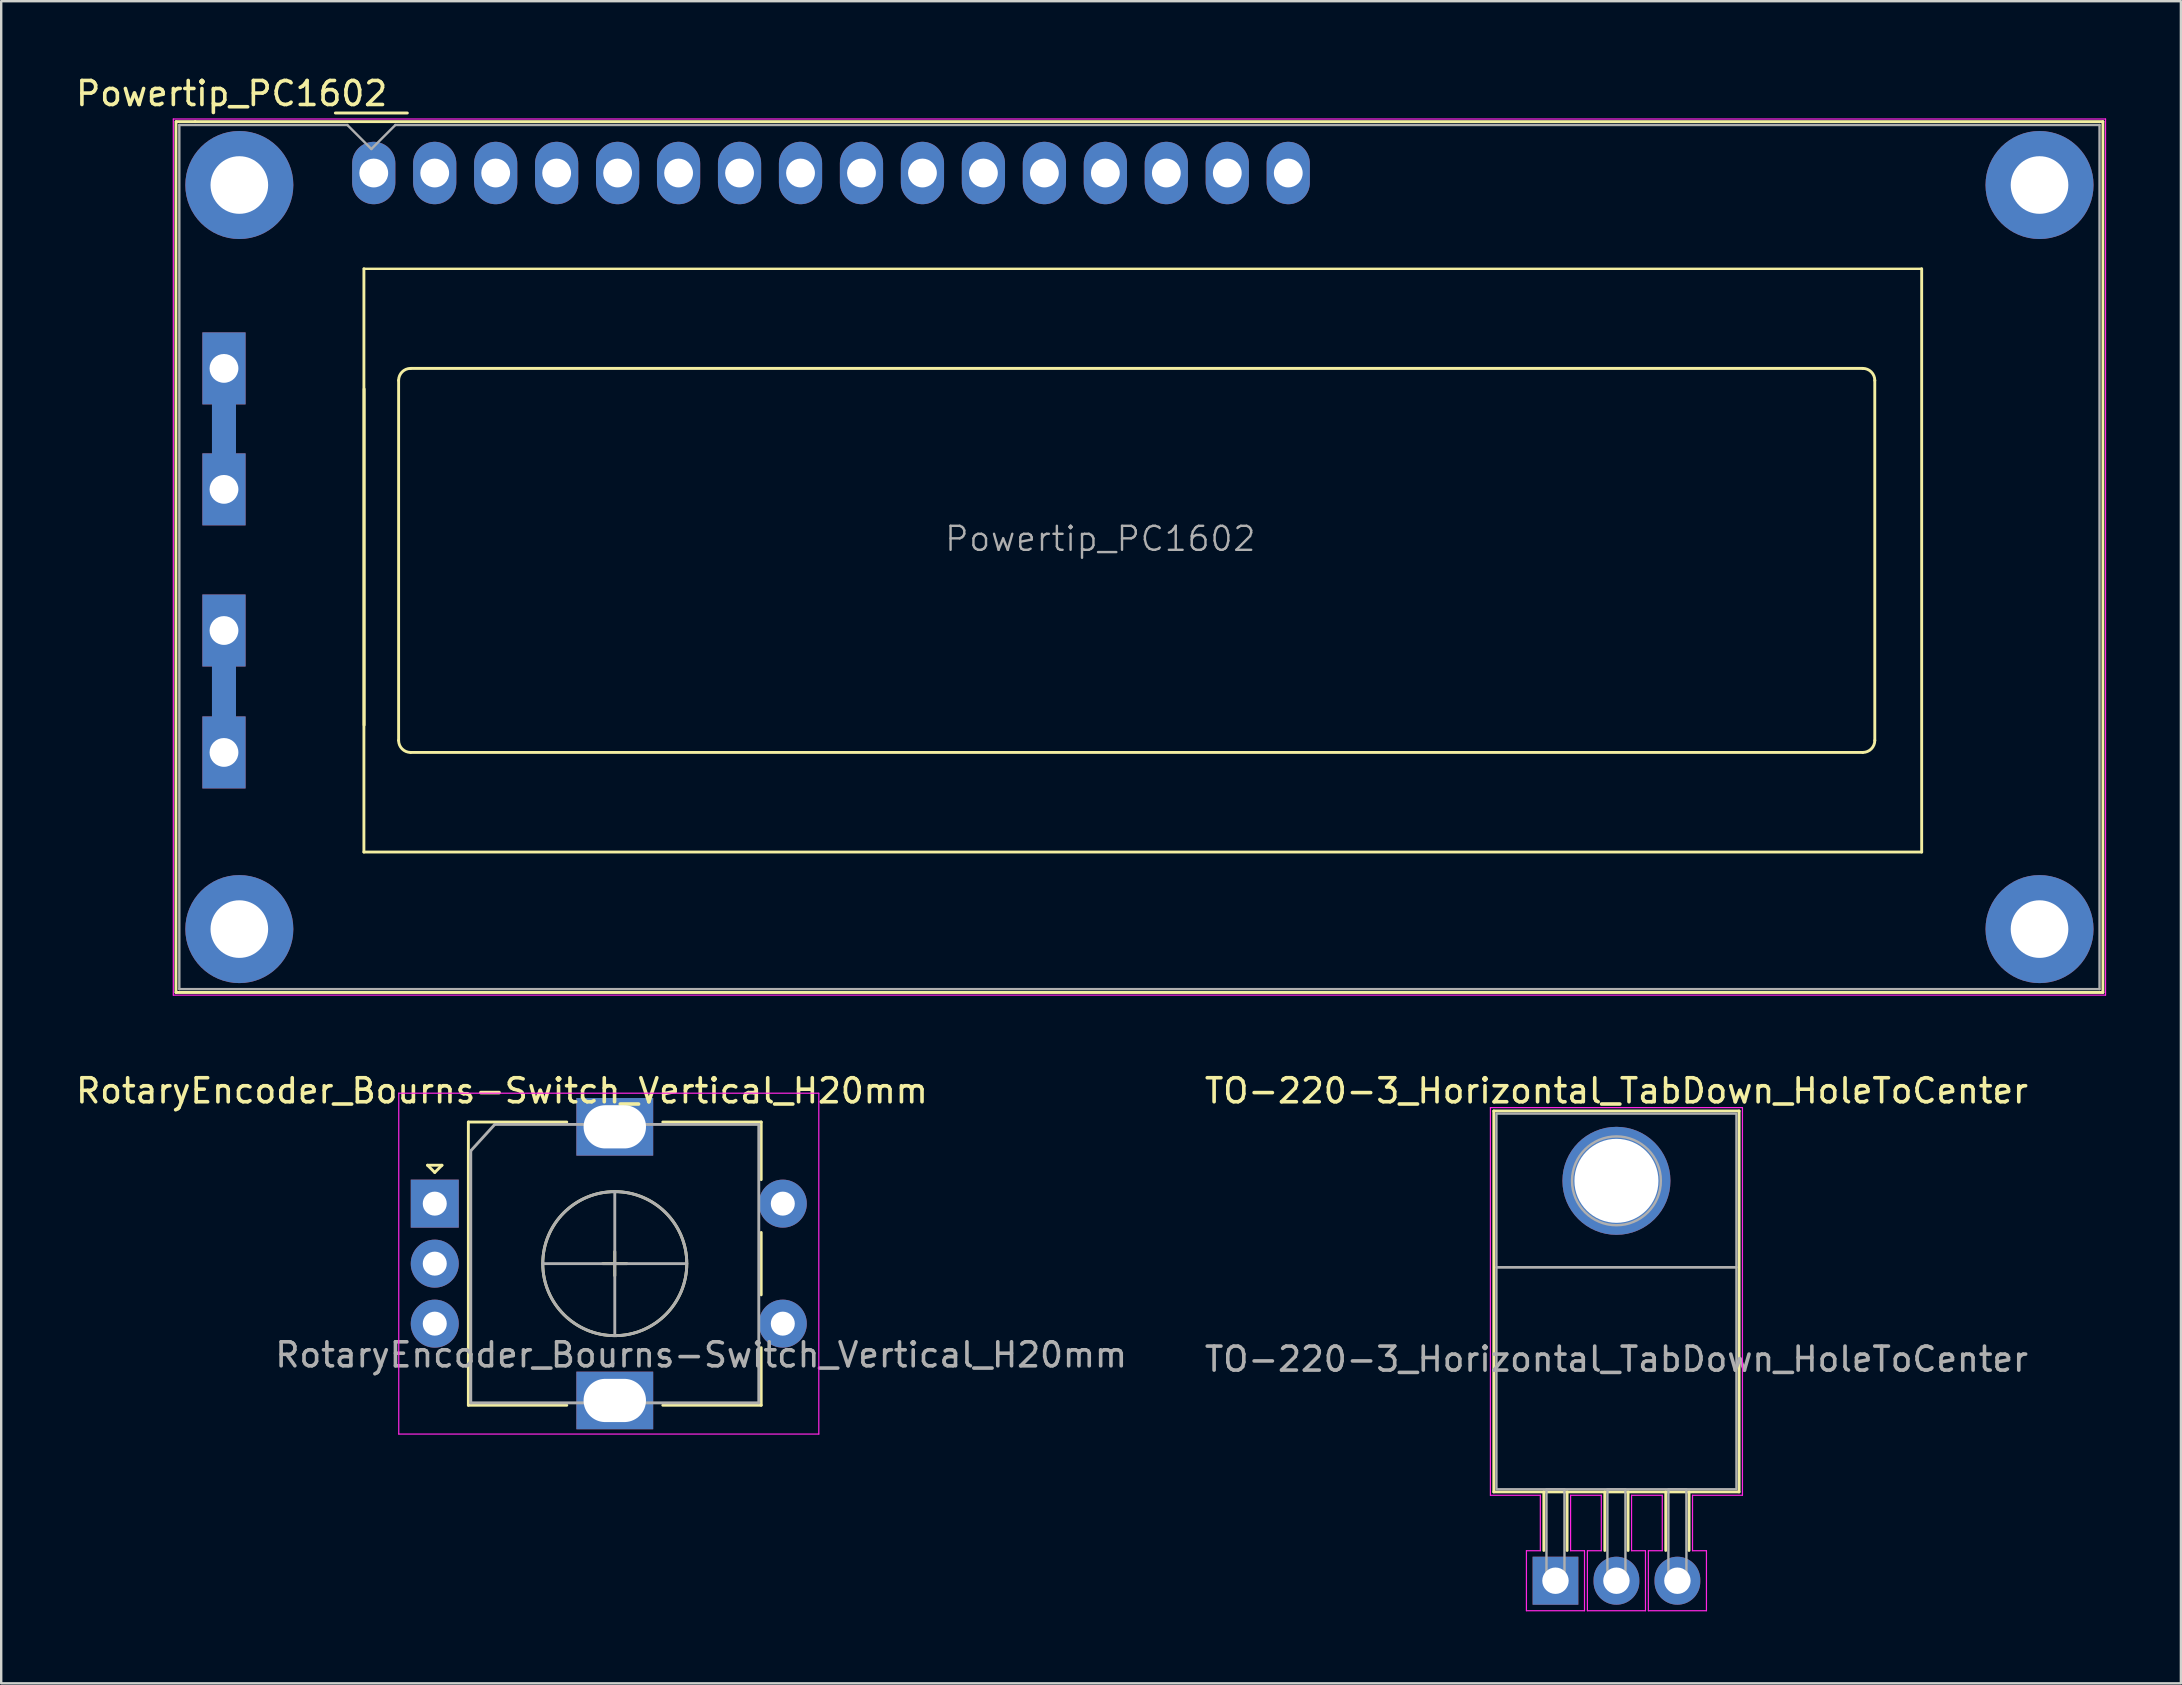
<source format=kicad_pcb>
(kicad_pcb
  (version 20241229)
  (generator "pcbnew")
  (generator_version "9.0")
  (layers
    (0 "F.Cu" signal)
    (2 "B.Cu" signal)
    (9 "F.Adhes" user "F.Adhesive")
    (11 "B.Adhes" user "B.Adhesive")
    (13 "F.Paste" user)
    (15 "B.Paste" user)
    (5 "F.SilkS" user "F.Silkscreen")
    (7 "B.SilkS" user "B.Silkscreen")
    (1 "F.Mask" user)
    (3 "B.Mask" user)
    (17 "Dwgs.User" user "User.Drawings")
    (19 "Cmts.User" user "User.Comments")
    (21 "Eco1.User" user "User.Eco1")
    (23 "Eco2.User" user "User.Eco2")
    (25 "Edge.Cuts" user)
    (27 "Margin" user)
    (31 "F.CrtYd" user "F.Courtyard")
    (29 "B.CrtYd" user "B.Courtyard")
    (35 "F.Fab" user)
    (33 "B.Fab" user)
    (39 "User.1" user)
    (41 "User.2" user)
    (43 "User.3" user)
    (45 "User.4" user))
  (footprint "RotaryEncoder_Bourns-Switch_Vertical_H20mm"
    (layer "F.Cu")
    (at 15.063 47.096)
    (property "Reference" "RotaryEncoder_Bourns-Switch_Vertical_H20mm" (at 2.8 -4.7 0) (layer "F.SilkS") (effects (font (size 1 1) (thickness 0.15))))
    (attr through_hole)
    (fp_line (start -0.3 -1.6) (end 0.3 -1.6) (stroke (width 0.12) (type solid)) (layer "F.SilkS"))
    (fp_line (start 0 -1.3) (end -0.3 -1.6) (stroke (width 0.12) (type solid)) (layer "F.SilkS"))
    (fp_line (start 0.3 -1.6) (end 0 -1.3) (stroke (width 0.12) (type solid)) (layer "F.SilkS"))
    (fp_line (start 1.4 -3.4) (end 1.4 8.4) (stroke (width 0.12) (type solid)) (layer "F.SilkS"))
    (fp_line (start 5.5 -3.4) (end 1.4 -3.4) (stroke (width 0.12) (type solid)) (layer "F.SilkS"))
    (fp_line (start 5.5 8.4) (end 1.4 8.4) (stroke (width 0.12) (type solid)) (layer "F.SilkS"))
    (fp_line (start 7 2.5) (end 8 2.5) (stroke (width 0.12) (type solid)) (layer "F.SilkS"))
    (fp_line (start 7.5 2) (end 7.5 3) (stroke (width 0.12) (type solid)) (layer "F.SilkS"))
    (fp_line (start 9.5 -3.4) (end 13.6 -3.4) (stroke (width 0.12) (type solid)) (layer "F.SilkS"))
    (fp_line (start 13.6 -3.4) (end 13.6 -1) (stroke (width 0.12) (type solid)) (layer "F.SilkS"))
    (fp_line (start 13.6 1.2) (end 13.6 3.8) (stroke (width 0.12) (type solid)) (layer "F.SilkS"))
    (fp_line (start 13.6 6) (end 13.6 8.4) (stroke (width 0.12) (type solid)) (layer "F.SilkS"))
    (fp_line (start 13.6 8.4) (end 9.5 8.4) (stroke (width 0.12) (type solid)) (layer "F.SilkS"))
    (fp_circle (center 7.5 2.5) (end 10.5 2.5) (stroke (width 0.12) (type solid)) (fill no) (layer "F.SilkS"))
    (fp_line (start -1.5 -4.6) (end -1.5 9.6) (stroke (width 0.05) (type solid)) (layer "F.CrtYd"))
    (fp_line (start -1.5 -4.6) (end 16 -4.6) (stroke (width 0.05) (type solid)) (layer "F.CrtYd"))
    (fp_line (start 16 9.6) (end -1.5 9.6) (stroke (width 0.05) (type solid)) (layer "F.CrtYd"))
    (fp_line (start 16 9.6) (end 16 -4.6) (stroke (width 0.05) (type solid)) (layer "F.CrtYd"))
    (fp_line (start 1.5 -2.2) (end 2.5 -3.3) (stroke (width 0.12) (type solid)) (layer "F.Fab"))
    (fp_line (start 1.5 8.3) (end 1.5 -2.2) (stroke (width 0.12) (type solid)) (layer "F.Fab"))
    (fp_line (start 2.5 -3.3) (end 13.5 -3.3) (stroke (width 0.12) (type solid)) (layer "F.Fab"))
    (fp_line (start 4.5 2.5) (end 10.5 2.5) (stroke (width 0.12) (type solid)) (layer "F.Fab"))
    (fp_line (start 7.5 -0.5) (end 7.5 5.5) (stroke (width 0.12) (type solid)) (layer "F.Fab"))
    (fp_line (start 13.5 -3.3) (end 13.5 8.3) (stroke (width 0.12) (type solid)) (layer "F.Fab"))
    (fp_line (start 13.5 8.3) (end 1.5 8.3) (stroke (width 0.12) (type solid)) (layer "F.Fab"))
    (fp_circle (center 7.5 2.5) (end 10.5 2.5) (stroke (width 0.12) (type solid)) (fill no) (layer "F.Fab"))
    (fp_text user "${REFERENCE}" (at 11.1 6.3 0) (layer "F.Fab") (effects (font (size 1 1) (thickness 0.15))))
    (pad "A" thru_hole rect (at 0 0) (size 2 2) (drill 1) (layers "*.Cu" "*.Mask"))
    (pad "B" thru_hole circle (at 0 5) (size 2 2) (drill 1) (layers "*.Cu" "*.Mask"))
    (pad "C" thru_hole circle (at 0 2.5) (size 2 2) (drill 1) (layers "*.Cu" "*.Mask"))
    (pad "MP" thru_hole rect (at 7.5 -3.2) (size 3.2 2.4) (drill oval 2.6 1.8) (layers "*.Cu" "*.Mask"))
    (pad "MP" thru_hole rect (at 7.5 8.2) (size 3.2 2.4) (drill oval 2.6 1.8) (layers "*.Cu" "*.Mask"))
    (pad "S1" thru_hole circle (at 14.5 5) (size 2 2) (drill 1) (layers "*.Cu" "*.Mask"))
    (pad "S2" thru_hole circle (at 14.5 0) (size 2 2) (drill 1) (layers "*.Cu" "*.Mask")))
  (footprint "Powertip_PC1602"
    (layer "F.Cu")
    (at 84.561 38.298)
    (property "Reference" "Powertip_PC1602" (at -77.96 -37.45 0) (layer "F.SilkS") (effects (font (size 1 1) (thickness 0.15))))
    (attr through_hole)
    (fp_line (start -80.28 -36.28) (end -80.28 0) (stroke (width 0.12) (type solid)) (layer "F.SilkS"))
    (fp_line (start -80.28 0) (end 0 0) (stroke (width 0.12) (type solid)) (layer "F.SilkS"))
    (fp_line (start -80.27 -36.28) (end -79.48 -36.28) (stroke (width 0.12) (type solid)) (layer "F.SilkS"))
    (fp_line (start -73.64 -36.64) (end -70.64 -36.64) (stroke (width 0.12) (type solid)) (layer "F.SilkS"))
    (fp_line (start -72.45 -5.85) (end -72.45 -30.15) (stroke (width 0.12) (type solid)) (layer "F.SilkS"))
    (fp_line (start -72.44 -11.141) (end -72.44 -25.14) (stroke (width 0.12) (type solid)) (layer "F.SilkS"))
    (fp_line (start -71.004 -25.5) (end -71.004 -10.5) (stroke (width 0.12) (type solid)) (layer "F.SilkS"))
    (fp_line (start -10.004 -26) (end -70.5 -26) (stroke (width 0.12) (type solid)) (layer "F.SilkS"))
    (fp_line (start -10.004 -10) (end -70.503 -10) (stroke (width 0.12) (type solid)) (layer "F.SilkS"))
    (fp_line (start -9.504 -25.5) (end -9.503 -10.5) (stroke (width 0.12) (type solid)) (layer "F.SilkS"))
    (fp_line (start -7.55 -30.15) (end -72.45 -30.15) (stroke (width 0.1) (type default)) (layer "F.SilkS"))
    (fp_line (start -7.55 -30.15) (end -7.55 -5.85) (stroke (width 0.12) (type solid)) (layer "F.SilkS"))
    (fp_line (start -7.55 -5.85) (end -72.45 -5.85) (stroke (width 0.12) (type solid)) (layer "F.SilkS"))
    (fp_line (start 0 -36.28) (end -79.48 -36.28) (stroke (width 0.12) (type solid)) (layer "F.SilkS"))
    (fp_line (start 0 0) (end 0 -36.28) (stroke (width 0.12) (type solid)) (layer "F.SilkS"))
    (fp_arc (start -71.003822 -25.49962) (mid -70.857264 -25.853442) (end -70.503442 -26) (stroke (width 0.12) (type solid)) (layer "F.SilkS"))
    (fp_arc (start -70.503442 -10) (mid -70.857264 -10.146558) (end -71.003822 -10.50038) (stroke (width 0.12) (type solid)) (layer "F.SilkS"))
    (fp_arc (start -10.003822 -26) (mid -9.650269 -25.853553) (end -9.503822 -25.5) (stroke (width 0.12) (type solid)) (layer "F.SilkS"))
    (fp_arc (start -9.503442 -10.50038) (mid -9.65 -10.146558) (end -10.003822 -10) (stroke (width 0.12) (type solid)) (layer "F.SilkS"))
    (fp_line (start -80.39 -36.39) (end -80.39 0.11) (stroke (width 0.05) (type solid)) (layer "F.CrtYd"))
    (fp_line (start -80.39 -36.39) (end 0.11 -36.39) (stroke (width 0.05) (type solid)) (layer "F.CrtYd"))
    (fp_line (start -80.39 0.11) (end 0.11 0.11) (stroke (width 0.05) (type solid)) (layer "F.CrtYd"))
    (fp_line (start 0.11 -36.39) (end 0.11 0.11) (stroke (width 0.05) (type solid)) (layer "F.CrtYd"))
    (fp_line (start -80.14 -0.14) (end -80.14 -36.14) (stroke (width 0.1) (type solid)) (layer "F.Fab"))
    (fp_line (start -73.14 -36.14) (end -80.14 -36.14) (stroke (width 0.1) (type solid)) (layer "F.Fab"))
    (fp_line (start -72.14 -35.14) (end -73.14 -36.14) (stroke (width 0.1) (type solid)) (layer "F.Fab"))
    (fp_line (start -71.14 -36.14) (end -72.14 -35.14) (stroke (width 0.1) (type solid)) (layer "F.Fab"))
    (fp_line (start -71.14 -36.14) (end -0.14 -36.14) (stroke (width 0.1) (type solid)) (layer "F.Fab"))
    (fp_line (start -0.14 -36.14) (end -0.14 -0.14) (stroke (width 0.1) (type solid)) (layer "F.Fab"))
    (fp_line (start -0.14 -0.14) (end -80.14 -0.14) (stroke (width 0.1) (type solid)) (layer "F.Fab"))
    (fp_text user "${REFERENCE}" (at -41.77 -18.9 0) (layer "F.Fab") (effects (font (size 1 1) (thickness 0.1))))
    (pad "" thru_hole circle (at -77.64 -33.64) (size 4.5 4.5) (drill 2.4) (layers "*.Cu" "*.Mask"))
    (pad "" thru_hole circle (at -77.64 -2.64) (size 4.5 4.5) (drill 2.4) (layers "*.Cu" "*.Mask"))
    (pad "" thru_hole circle (at -2.64 -33.64) (size 4.5 4.5) (drill 2.4) (layers "*.Cu" "*.Mask"))
    (pad "" thru_hole circle (at -2.64 -2.64) (size 4.5 4.5) (drill 2.4) (layers "*.Cu" "*.Mask"))
    (pad "1" thru_hole oval (at -72.04 -34.14) (size 1.8 2.6) (drill 1.2) (layers "*.Cu" "*.Mask"))
    (pad "2" thru_hole oval (at -69.5 -34.14) (size 1.8 2.6) (drill 1.2) (layers "*.Cu" "*.Mask"))
    (pad "3" thru_hole oval (at -66.96 -34.14) (size 1.8 2.6) (drill 1.2) (layers "*.Cu" "*.Mask"))
    (pad "4" thru_hole oval (at -64.42 -34.14) (size 1.8 2.6) (drill 1.2) (layers "*.Cu" "*.Mask"))
    (pad "5" thru_hole oval (at -61.88 -34.14) (size 1.8 2.6) (drill 1.2) (layers "*.Cu" "*.Mask"))
    (pad "6" thru_hole oval (at -59.34 -34.14) (size 1.8 2.6) (drill 1.2) (layers "*.Cu" "*.Mask"))
    (pad "7" thru_hole oval (at -56.8 -34.14) (size 1.8 2.6) (drill 1.2) (layers "*.Cu" "*.Mask"))
    (pad "8" thru_hole oval (at -54.26 -34.14) (size 1.8 2.6) (drill 1.2) (layers "*.Cu" "*.Mask"))
    (pad "9" thru_hole oval (at -51.72 -34.14) (size 1.8 2.6) (drill 1.2) (layers "*.Cu" "*.Mask"))
    (pad "10" thru_hole oval (at -49.18 -34.14) (size 1.8 2.6) (drill 1.2) (layers "*.Cu" "*.Mask"))
    (pad "11" thru_hole oval (at -46.64 -34.14) (size 1.8 2.6) (drill 1.2) (layers "*.Cu" "*.Mask"))
    (pad "12" thru_hole oval (at -44.1 -34.14) (size 1.8 2.6) (drill 1.2) (layers "*.Cu" "*.Mask"))
    (pad "13" thru_hole oval (at -41.56 -34.14) (size 1.8 2.6) (drill 1.2) (layers "*.Cu" "*.Mask"))
    (pad "14" thru_hole oval (at -39.02 -34.14) (size 1.8 2.6) (drill 1.2) (layers "*.Cu" "*.Mask"))
    (pad "15" thru_hole oval (at -36.48 -34.14) (size 1.8 2.6) (drill 1.2) (layers "*.Cu" "*.Mask"))
    (pad "16" thru_hole oval (at -33.94 -34.14) (size 1.8 2.6) (drill 1.2) (layers "*.Cu" "*.Mask"))
    (pad "17" thru_hole rect (at -78.28 -26) (size 1.8 3) (drill 1.2) (layers "*.Cu" "*.Mask"))
    (pad "17" smd rect (at -78.28 -23.46) (size 1 3) (layers "F.Cu" "F.Mask"))
    (pad "17" smd rect (at -78.28 -23.46) (size 1 3) (layers "B.Cu" "B.Mask"))
    (pad "17" thru_hole rect (at -78.28 -20.96) (size 1.8 3) (drill 1.2) (layers "*.Cu" "*.Mask"))
    (pad "18" thru_hole rect (at -78.28 -15.08) (size 1.8 3) (drill 1.2) (layers "*.Cu" "*.Mask"))
    (pad "18" smd rect (at -78.28 -12.54) (size 1 3) (layers "F.Cu" "F.Mask"))
    (pad "18" smd rect (at -78.28 -12.54) (size 1 3) (layers "B.Cu" "B.Mask"))
    (pad "18" thru_hole rect (at -78.28 -10) (size 1.8 3) (drill 1.2) (layers "*.Cu" "*.Mask")))
  (footprint "TO-220-3_Horizontal_TabDown_HoleToCenter"
    (layer "F.Cu")
    (at 61.754 62.806)
    (property "Reference" "TO-220-3_Horizontal_TabDown_HoleToCenter" (at 2.54 -20.41 0) (layer "F.SilkS") (effects (font (size 1 1) (thickness 0.15))))
    (attr through_hole)
    (fp_line (start -2.57 -19.57) (end 7.65 -19.57) (stroke (width 0.12) (type solid)) (layer "F.SilkS"))
    (fp_line (start -2.57 -3.7) (end -2.57 -19.57) (stroke (width 0.12) (type solid)) (layer "F.SilkS"))
    (fp_line (start -2.57 -3.7) (end 7.65 -3.7) (stroke (width 0.12) (type solid)) (layer "F.SilkS"))
    (fp_line (start -0.485 -3.7) (end -0.485 -1.26) (stroke (width 0.12) (type solid)) (layer "F.SilkS"))
    (fp_line (start 0.485 -3.7) (end 0.485 -1.26) (stroke (width 0.12) (type solid)) (layer "F.SilkS"))
    (fp_line (start 2.055 -3.7) (end 2.055 -1.26) (stroke (width 0.12) (type solid)) (layer "F.SilkS"))
    (fp_line (start 3.025 -3.7) (end 3.025 -1.26) (stroke (width 0.12) (type solid)) (layer "F.SilkS"))
    (fp_line (start 4.595 -3.7) (end 4.595 -1.26) (stroke (width 0.12) (type solid)) (layer "F.SilkS"))
    (fp_line (start 5.565 -3.7) (end 5.565 -1.26) (stroke (width 0.12) (type solid)) (layer "F.SilkS"))
    (fp_line (start 7.65 -3.7) (end 7.65 -19.57) (stroke (width 0.12) (type solid)) (layer "F.SilkS"))
    (fp_line (start -2.71 -19.71) (end 7.79 -19.71) (stroke (width 0.05) (type solid)) (layer "F.CrtYd"))
    (fp_line (start -2.71 -3.56) (end -2.71 -19.71) (stroke (width 0.05) (type solid)) (layer "F.CrtYd"))
    (fp_line (start -1.21 -1.25) (end -0.63 -1.25) (stroke (width 0.05) (type solid)) (layer "F.CrtYd"))
    (fp_line (start -1.21 1.25) (end -1.21 -1.25) (stroke (width 0.05) (type solid)) (layer "F.CrtYd"))
    (fp_line (start -0.63 -3.56) (end -2.71 -3.56) (stroke (width 0.05) (type solid)) (layer "F.CrtYd"))
    (fp_line (start -0.63 -1.25) (end -0.63 -3.56) (stroke (width 0.05) (type solid)) (layer "F.CrtYd"))
    (fp_line (start 0.63 -3.56) (end 0.63 -1.25) (stroke (width 0.05) (type solid)) (layer "F.CrtYd"))
    (fp_line (start 0.63 -1.25) (end 1.21 -1.25) (stroke (width 0.05) (type solid)) (layer "F.CrtYd"))
    (fp_line (start 1.21 -1.25) (end 1.21 1.25) (stroke (width 0.05) (type solid)) (layer "F.CrtYd"))
    (fp_line (start 1.21 1.25) (end -1.21 1.25) (stroke (width 0.05) (type solid)) (layer "F.CrtYd"))
    (fp_line (start 1.33 -1.25) (end 1.91 -1.25) (stroke (width 0.05) (type solid)) (layer "F.CrtYd"))
    (fp_line (start 1.33 1.25) (end 1.33 -1.25) (stroke (width 0.05) (type solid)) (layer "F.CrtYd"))
    (fp_line (start 1.91 -3.56) (end 0.63 -3.56) (stroke (width 0.05) (type solid)) (layer "F.CrtYd"))
    (fp_line (start 1.91 -1.25) (end 1.91 -3.56) (stroke (width 0.05) (type solid)) (layer "F.CrtYd"))
    (fp_line (start 3.17 -3.56) (end 3.17 -1.25) (stroke (width 0.05) (type solid)) (layer "F.CrtYd"))
    (fp_line (start 3.17 -1.25) (end 3.75 -1.25) (stroke (width 0.05) (type solid)) (layer "F.CrtYd"))
    (fp_line (start 3.75 -1.25) (end 3.75 1.25) (stroke (width 0.05) (type solid)) (layer "F.CrtYd"))
    (fp_line (start 3.75 1.25) (end 1.33 1.25) (stroke (width 0.05) (type solid)) (layer "F.CrtYd"))
    (fp_line (start 3.87 -1.25) (end 4.45 -1.25) (stroke (width 0.05) (type solid)) (layer "F.CrtYd"))
    (fp_line (start 3.87 1.25) (end 3.87 -1.25) (stroke (width 0.05) (type solid)) (layer "F.CrtYd"))
    (fp_line (start 4.45 -3.56) (end 3.17 -3.56) (stroke (width 0.05) (type solid)) (layer "F.CrtYd"))
    (fp_line (start 4.45 -1.25) (end 4.45 -3.56) (stroke (width 0.05) (type solid)) (layer "F.CrtYd"))
    (fp_line (start 5.71 -3.56) (end 5.71 -1.25) (stroke (width 0.05) (type solid)) (layer "F.CrtYd"))
    (fp_line (start 5.71 -1.25) (end 6.29 -1.25) (stroke (width 0.05) (type solid)) (layer "F.CrtYd"))
    (fp_line (start 6.29 -1.25) (end 6.29 1.25) (stroke (width 0.05) (type solid)) (layer "F.CrtYd"))
    (fp_line (start 6.29 1.25) (end 3.87 1.25) (stroke (width 0.05) (type solid)) (layer "F.CrtYd"))
    (fp_line (start 7.79 -19.71) (end 7.79 -3.56) (stroke (width 0.05) (type solid)) (layer "F.CrtYd"))
    (fp_line (start 7.79 -3.56) (end 5.71 -3.56) (stroke (width 0.05) (type solid)) (layer "F.CrtYd"))
    (fp_rect (start -2.46 -19.46) (end 7.54 -13.06) (stroke (width 0.1) (type solid)) (fill no) (layer "F.Fab"))
    (fp_rect (start -2.46 -3.81) (end 7.54 -13.06) (stroke (width 0.1) (type solid)) (fill no) (layer "F.Fab"))
    (fp_rect (start -0.375 -3.81) (end 0.375 0) (stroke (width 0.1) (type solid)) (fill no) (layer "F.Fab"))
    (fp_rect (start 2.165 -3.81) (end 2.915 0) (stroke (width 0.1) (type solid)) (fill no) (layer "F.Fab"))
    (fp_rect (start 4.705 -3.81) (end 5.455 0) (stroke (width 0.1) (type solid)) (fill no) (layer "F.Fab"))
    (fp_circle (center 2.54 -16.66) (end 4.39 -16.66) (stroke (width 0.1) (type solid)) (fill no) (layer "F.Fab"))
    (fp_text user "${REFERENCE}" (at 2.54 -9.23 0) (layer "F.Fab") (effects (font (size 1 1) (thickness 0.15))))
    (pad "1" thru_hole rect (at 0 0) (size 1.905 2) (drill 1.1) (layers "*.Cu" "*.Mask"))
    (pad "2" thru_hole circle (at 2.54 -16.66) (size 4.5 4.5) (drill 3.5) (layers "*.Cu" "*.Mask"))
    (pad "2" thru_hole oval (at 2.54 0) (size 1.905 2) (drill 1.1) (layers "*.Cu" "*.Mask"))
    (pad "3" thru_hole oval (at 5.08 0) (size 1.905 2) (drill 1.1) (layers "*.Cu" "*.Mask")))
  (gr_rect
    (start -3 -3)
    (end 87.811 67.082)
    (stroke (width 0.1) (type default))
    (fill no)
    (layer "Edge.Cuts")))
</source>
